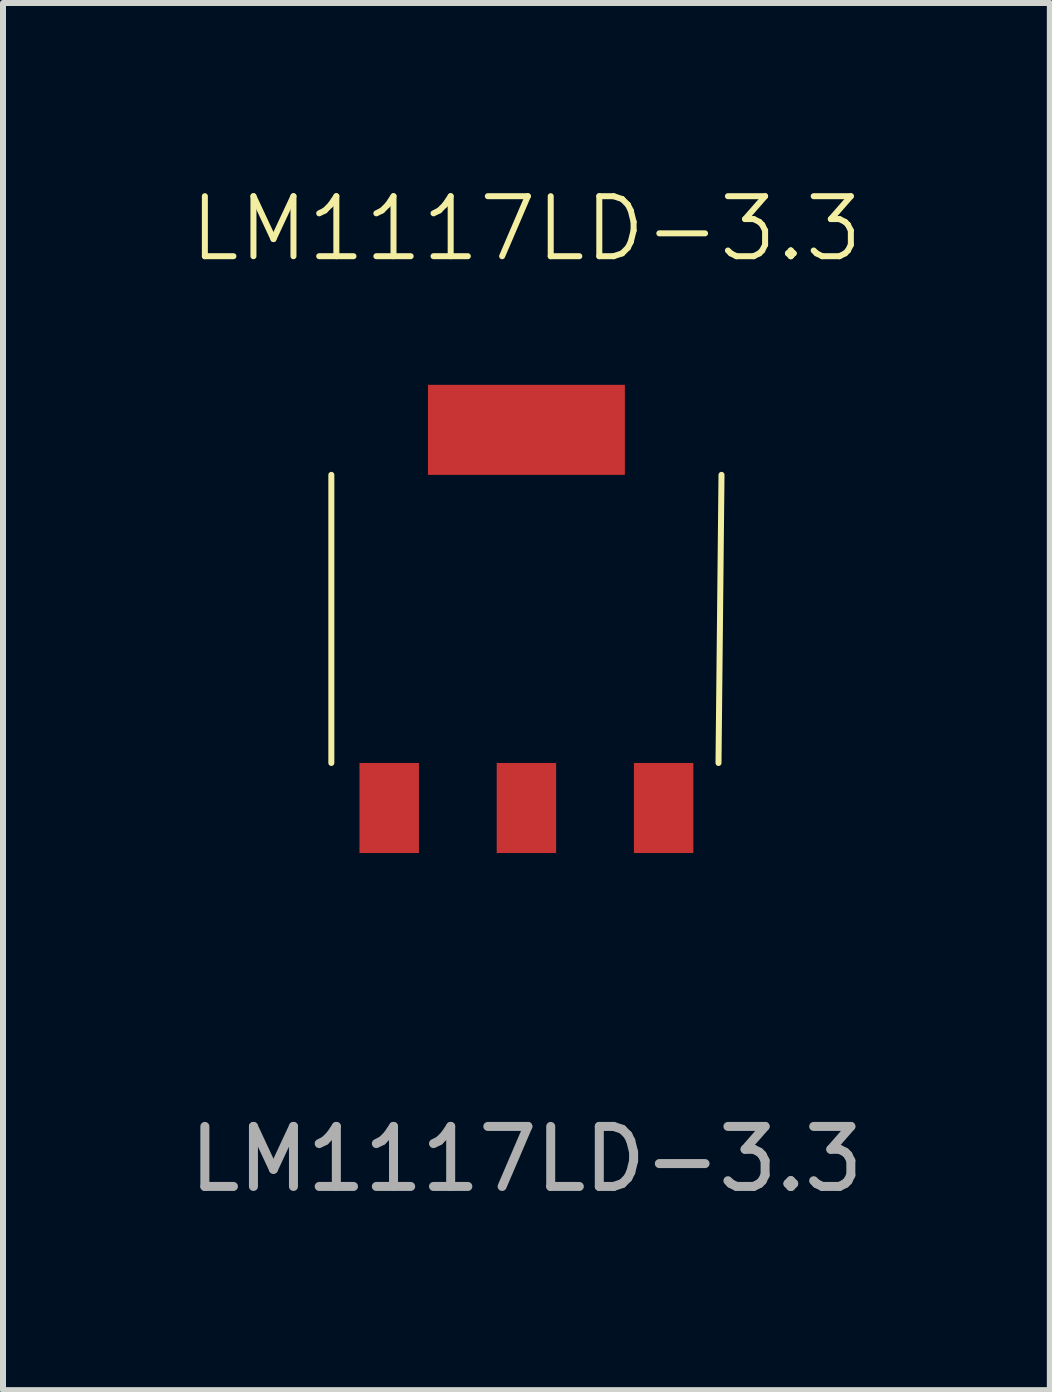
<source format=kicad_pcb>
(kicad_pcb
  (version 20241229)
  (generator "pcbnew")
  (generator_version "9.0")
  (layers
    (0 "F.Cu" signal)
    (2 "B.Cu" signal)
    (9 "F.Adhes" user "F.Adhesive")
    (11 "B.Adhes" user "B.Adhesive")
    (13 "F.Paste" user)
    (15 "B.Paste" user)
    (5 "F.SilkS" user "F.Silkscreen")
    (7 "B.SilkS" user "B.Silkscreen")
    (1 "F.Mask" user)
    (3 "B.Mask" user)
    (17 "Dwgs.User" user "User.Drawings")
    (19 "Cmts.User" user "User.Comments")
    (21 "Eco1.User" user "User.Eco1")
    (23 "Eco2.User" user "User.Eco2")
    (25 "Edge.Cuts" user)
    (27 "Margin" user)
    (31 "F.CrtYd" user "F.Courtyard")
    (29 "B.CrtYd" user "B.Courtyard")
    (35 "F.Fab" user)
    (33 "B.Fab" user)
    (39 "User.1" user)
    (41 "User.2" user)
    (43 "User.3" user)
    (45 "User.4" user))
  (footprint "LM1117LD-3.3"
    (layer "F.Cu")
    (at 5.72 7.261)
    (property "Reference" "LM1117LD-3.3" (at 0 -6.5 0) (unlocked yes) (layer "F.SilkS") (effects (font (size 1 1) (thickness 0.1))))
    (attr smd)
    (fp_line (start -3.25 -2.4) (end -3.25 2.4) (stroke (width 0.1) (type default)) (layer "F.SilkS"))
    (fp_line (start 3.25 -2.4) (end 3.2 2.4) (stroke (width 0.1) (type default)) (layer "F.SilkS"))
    (fp_text user "${REFERENCE}" (at 0 9 0) (unlocked yes) (layer "F.Fab") (effects (font (size 1 1) (thickness 0.15))))
    (pad "1" smd rect (at -2.286 3.15) (size 0.99 1.5) (layers "F.Cu" "F.Mask" "F.Paste"))
    (pad "2" smd rect (at 0 3.15) (size 0.99 1.5) (layers "F.Cu" "F.Mask" "F.Paste"))
    (pad "3" smd rect (at 2.286 3.15) (size 0.99 1.5) (layers "F.Cu" "F.Mask" "F.Paste"))
    (pad "4" smd rect (at 0 -3.15) (size 3.28 1.5) (layers "F.Cu" "F.Mask" "F.Paste"))
    (pad "5" smd rect (at -1.5 -3.2) (size 0.029 0.067) (layers "F.Cu" "F.Mask" "F.Paste"))
    (pad "6" smd rect (at -1.5 -3.2) (size 0.029 0.067) (layers "F.Cu" "F.Mask" "F.Paste")))
  (gr_rect
    (start -3 -3)
    (end 14.44 20.109)
    (stroke (width 0.1) (type default))
    (fill no)
    (layer "Edge.Cuts")))
</source>
